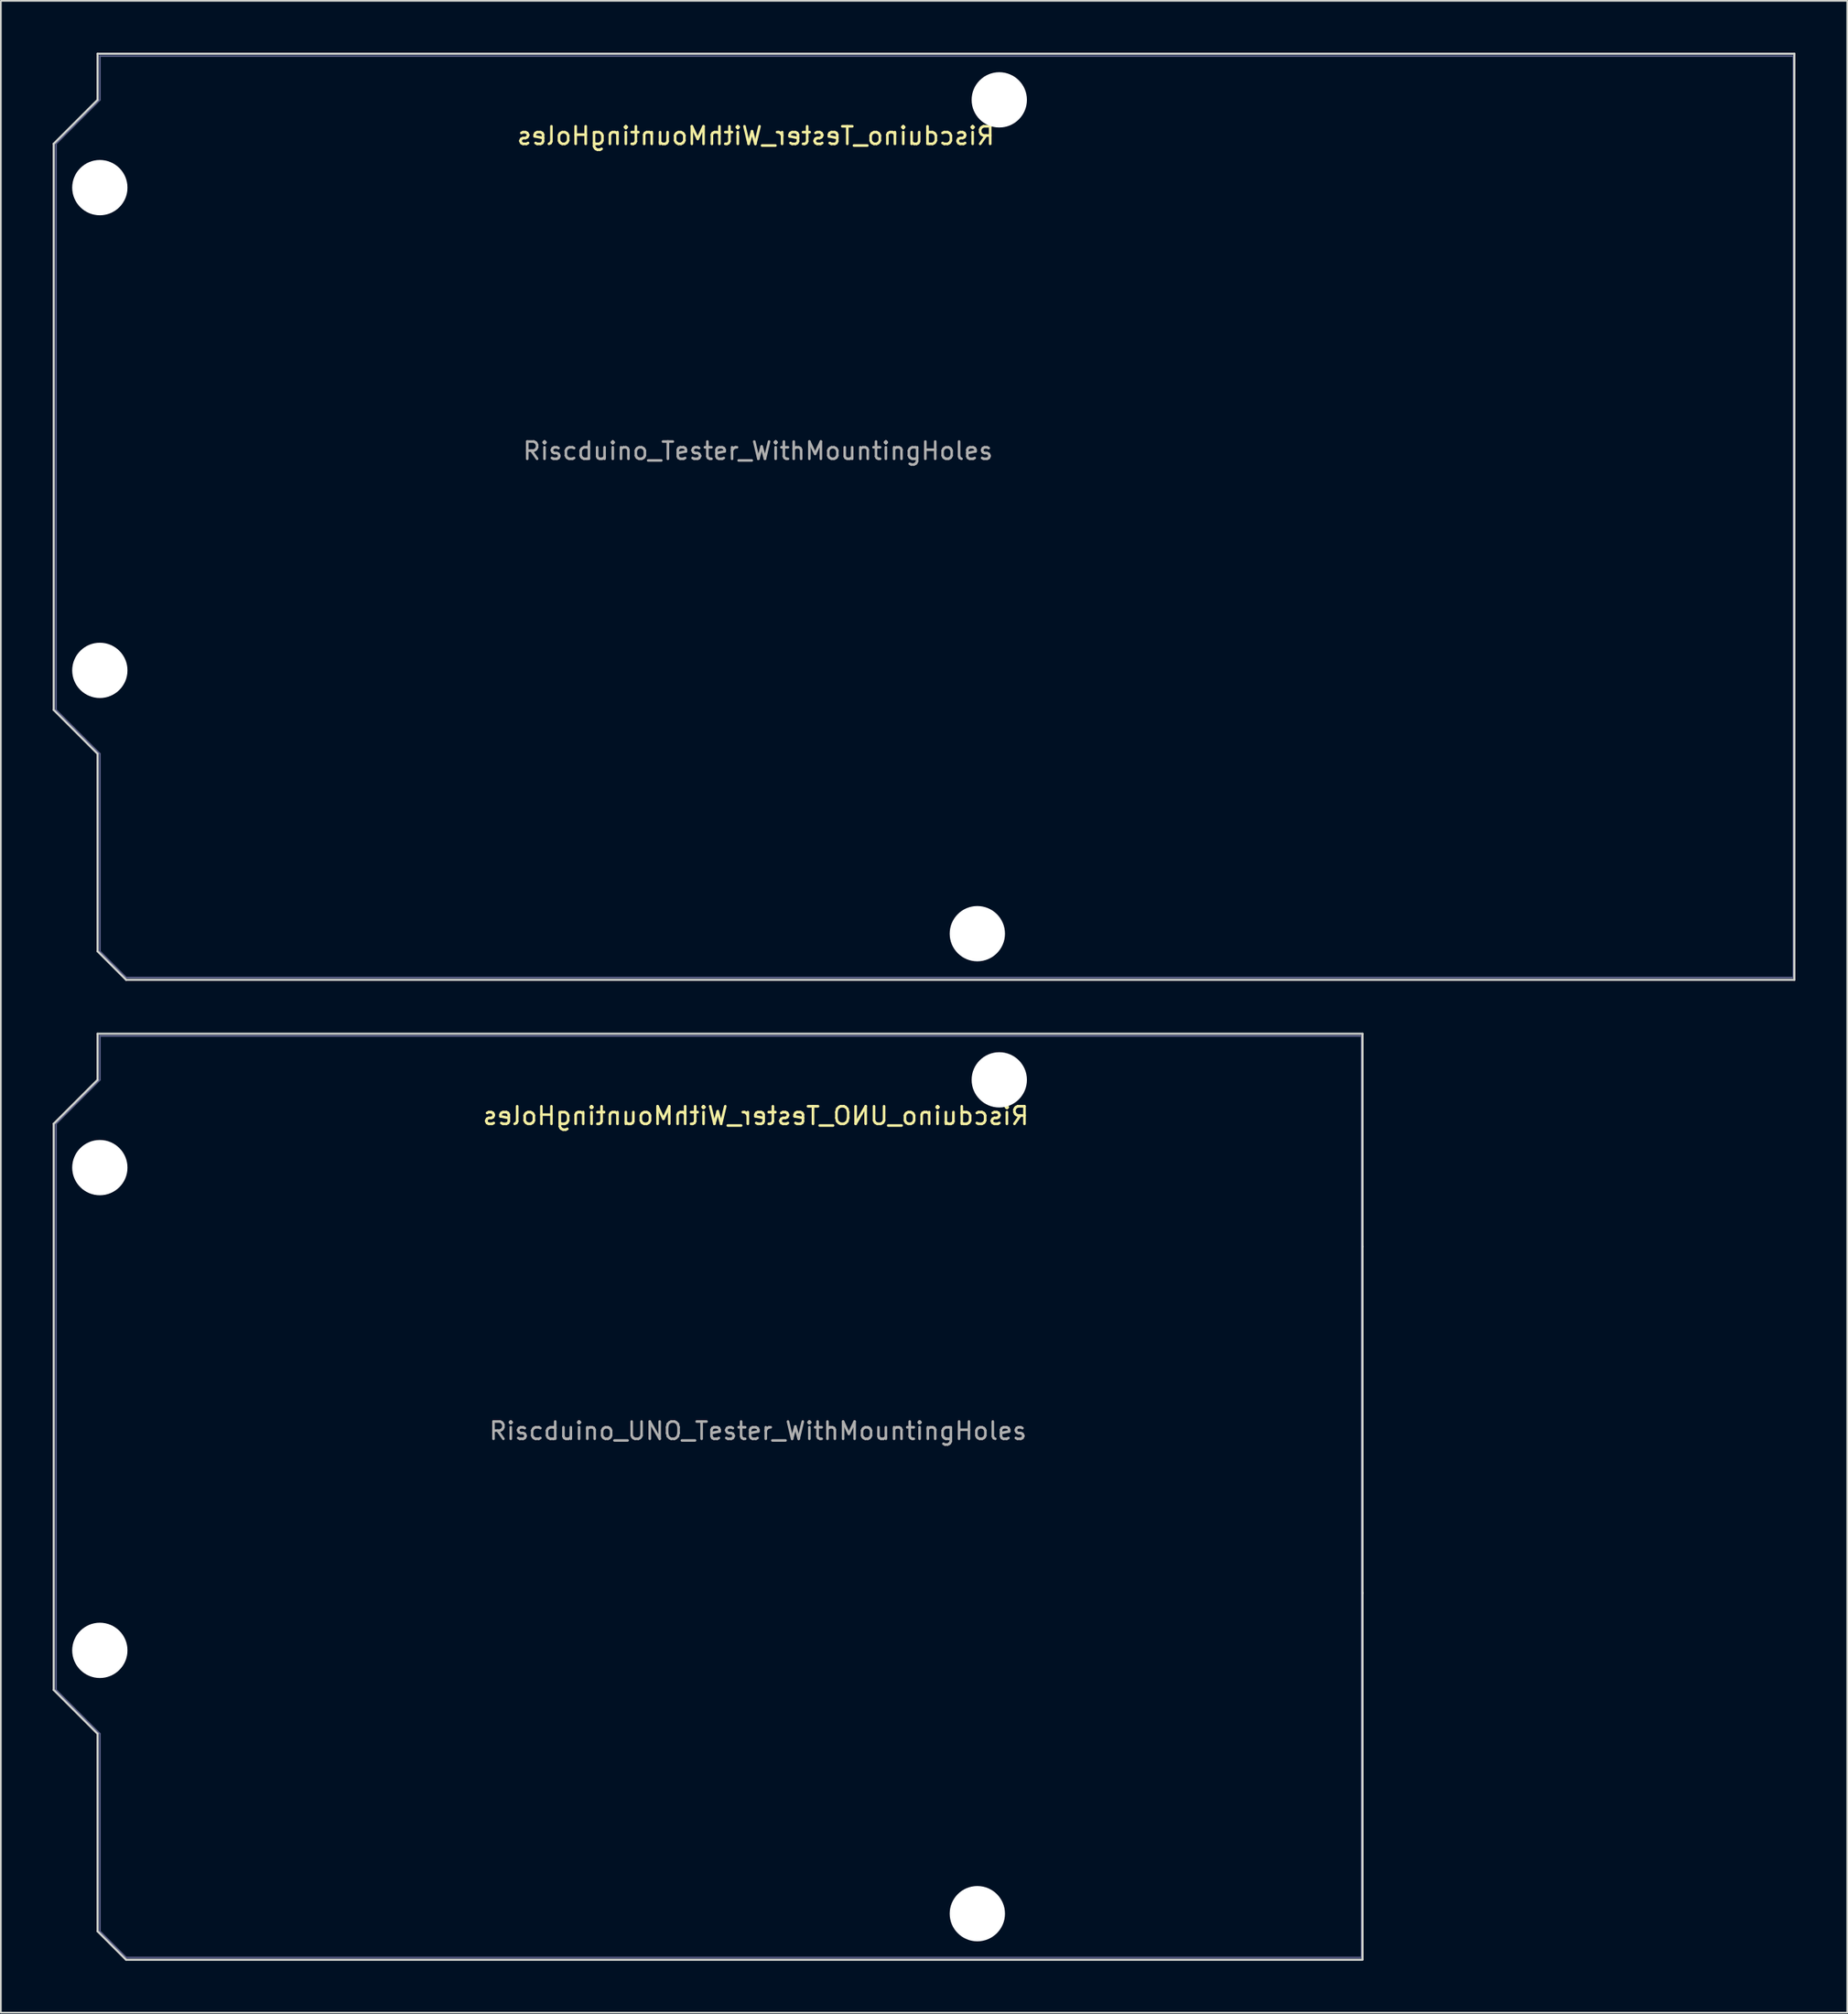
<source format=kicad_pcb>
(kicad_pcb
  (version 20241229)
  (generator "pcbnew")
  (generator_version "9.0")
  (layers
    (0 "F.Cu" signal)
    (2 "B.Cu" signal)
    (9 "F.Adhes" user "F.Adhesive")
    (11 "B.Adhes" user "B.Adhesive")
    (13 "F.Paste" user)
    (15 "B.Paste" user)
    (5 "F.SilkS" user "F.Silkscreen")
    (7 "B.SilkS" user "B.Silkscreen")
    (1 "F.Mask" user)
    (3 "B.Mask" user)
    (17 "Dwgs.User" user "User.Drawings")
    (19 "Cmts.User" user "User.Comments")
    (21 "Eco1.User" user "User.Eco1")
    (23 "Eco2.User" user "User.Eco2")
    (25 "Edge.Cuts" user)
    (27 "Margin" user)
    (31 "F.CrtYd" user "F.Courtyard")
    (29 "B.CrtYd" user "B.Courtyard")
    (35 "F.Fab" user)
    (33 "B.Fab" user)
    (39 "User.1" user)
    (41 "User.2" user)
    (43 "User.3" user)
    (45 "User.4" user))
  (footprint "Riscduino_Tester_WithMountingHoles"
    (layer "F.Cu")
    (at 40.83 2.73)
    (property "Reference" "Riscduino_Tester_WithMountingHoles" (at -0.127 2.083 0) (unlocked yes) (layer "F.SilkS") (effects (font (size 1.016 1.016) (thickness 0.152)) (justify mirror)))
    (attr through_hole)
    (fp_line (start -40.77 2.54) (end -38.23 0) (stroke (width 0.12) (type solid)) (layer "Edge.Cuts"))
    (fp_line (start -40.77 35.31) (end -40.77 2.54) (stroke (width 0.12) (type solid)) (layer "Edge.Cuts"))
    (fp_line (start -38.23 -2.67) (end 60 -2.67) (stroke (width 0.12) (type solid)) (layer "Edge.Cuts"))
    (fp_line (start -38.23 0) (end -38.23 -2.67) (stroke (width 0.12) (type solid)) (layer "Edge.Cuts"))
    (fp_line (start -38.23 37.85) (end -40.77 35.31) (stroke (width 0.12) (type solid)) (layer "Edge.Cuts"))
    (fp_line (start -38.23 49.28) (end -38.23 37.85) (stroke (width 0.12) (type solid)) (layer "Edge.Cuts"))
    (fp_line (start -36.58 50.93) (end -38.23 49.28) (stroke (width 0.12) (type solid)) (layer "Edge.Cuts"))
    (fp_line (start 60 -2.67) (end 60 50.93) (stroke (width 0.12) (type solid)) (layer "Edge.Cuts"))
    (fp_line (start 60 50.93) (end -36.58 50.93) (stroke (width 0.12) (type solid)) (layer "Edge.Cuts"))
    (fp_line (start -40.64 2.54) (end -40.64 35.31) (stroke (width 0.1) (type solid)) (layer "B.Fab"))
    (fp_line (start -40.64 35.31) (end -38.1 37.85) (stroke (width 0.1) (type solid)) (layer "B.Fab"))
    (fp_line (start -38.1 -2.54) (end -38.1 0) (stroke (width 0.1) (type solid)) (layer "B.Fab"))
    (fp_line (start -38.1 0) (end -40.64 2.54) (stroke (width 0.1) (type solid)) (layer "B.Fab"))
    (fp_line (start -38.1 37.85) (end -38.1 49.28) (stroke (width 0.1) (type solid)) (layer "B.Fab"))
    (fp_line (start -38.1 49.28) (end -36.58 50.8) (stroke (width 0.1) (type solid)) (layer "B.Fab"))
    (fp_line (start -36.58 50.8) (end 59.94 50.8) (stroke (width 0.1) (type solid)) (layer "B.Fab"))
    (fp_line (start 59.94 -2.54) (end -38.1 -2.54) (stroke (width 0.1) (type solid)) (layer "B.Fab"))
    (fp_line (start 59.94 50.8) (end 59.94 -2.54) (stroke (width 0.1) (type solid)) (layer "B.Fab"))
    (fp_text user "${REFERENCE}" (at 0 20.32 0) (layer "F.Fab") (effects (font (size 1 1) (thickness 0.15))))
    (pad "" np_thru_hole circle (at -38.1 5.08 270) (size 3.2 3.2) (drill 3.2) (layers "*.Cu" "*.Mask"))
    (pad "" np_thru_hole circle (at -38.1 33.02 270) (size 3.2 3.2) (drill 3.2) (layers "*.Cu" "*.Mask"))
    (pad "" np_thru_hole circle (at 12.7 48.26 270) (size 3.2 3.2) (drill 3.2) (layers "*.Cu" "*.Mask"))
    (pad "" np_thru_hole circle (at 13.97 0 270) (size 3.2 3.2) (drill 3.2) (layers "*.Cu" "*.Mask")))
  (footprint "Riscduino_UNO_Tester_WithMountingHoles"
    (layer "F.Cu")
    (at 40.83 59.45)
    (property "Reference" "Riscduino_UNO_Tester_WithMountingHoles" (at -0.127 2.083 0) (unlocked yes) (layer "F.SilkS") (effects (font (size 1.016 1.016) (thickness 0.152)) (justify mirror)))
    (attr through_hole)
    (fp_line (start -40.77 2.54) (end -38.23 0) (stroke (width 0.12) (type solid)) (layer "Edge.Cuts"))
    (fp_line (start -40.77 35.31) (end -40.77 2.54) (stroke (width 0.12) (type solid)) (layer "Edge.Cuts"))
    (fp_line (start -38.23 -2.67) (end 35 -2.67) (stroke (width 0.12) (type solid)) (layer "Edge.Cuts"))
    (fp_line (start -38.23 0) (end -38.23 -2.67) (stroke (width 0.12) (type solid)) (layer "Edge.Cuts"))
    (fp_line (start -38.23 37.85) (end -40.77 35.31) (stroke (width 0.12) (type solid)) (layer "Edge.Cuts"))
    (fp_line (start -38.23 49.28) (end -38.23 37.85) (stroke (width 0.12) (type solid)) (layer "Edge.Cuts"))
    (fp_line (start -36.58 50.93) (end -38.23 49.28) (stroke (width 0.12) (type solid)) (layer "Edge.Cuts"))
    (fp_line (start 35 -2.67) (end 35 9.65) (stroke (width 0.12) (type solid)) (layer "Edge.Cuts"))
    (fp_line (start 35 9.65) (end 35 29.72) (stroke (width 0.12) (type solid)) (layer "Edge.Cuts"))
    (fp_line (start 35 50.93) (end -36.58 50.93) (stroke (width 0.12) (type solid)) (layer "Edge.Cuts"))
    (fp_line (start 35.001 29.679) (end 35.001 50.889) (stroke (width 0.12) (type solid)) (layer "Edge.Cuts"))
    (fp_line (start -40.64 2.54) (end -40.64 35.31) (stroke (width 0.1) (type solid)) (layer "B.Fab"))
    (fp_line (start -40.64 35.31) (end -38.1 37.85) (stroke (width 0.1) (type solid)) (layer "B.Fab"))
    (fp_line (start -38.1 -2.54) (end -38.1 0) (stroke (width 0.1) (type solid)) (layer "B.Fab"))
    (fp_line (start -38.1 0) (end -40.64 2.54) (stroke (width 0.1) (type solid)) (layer "B.Fab"))
    (fp_line (start -38.1 37.85) (end -38.1 49.28) (stroke (width 0.1) (type solid)) (layer "B.Fab"))
    (fp_line (start -38.1 49.28) (end -36.58 50.8) (stroke (width 0.1) (type solid)) (layer "B.Fab"))
    (fp_line (start -36.58 50.8) (end 34.94 50.8) (stroke (width 0.1) (type solid)) (layer "B.Fab"))
    (fp_line (start 34.94 -2.54) (end -38.1 -2.54) (stroke (width 0.1) (type solid)) (layer "B.Fab"))
    (fp_line (start 34.94 50.8) (end 34.94 -2.54) (stroke (width 0.1) (type solid)) (layer "B.Fab"))
    (fp_text user "${REFERENCE}" (at 0 20.32 0) (layer "F.Fab") (effects (font (size 1 1) (thickness 0.15))))
    (pad "" np_thru_hole circle (at -38.1 5.08 270) (size 3.2 3.2) (drill 3.2) (layers "*.Cu" "*.Mask"))
    (pad "" np_thru_hole circle (at -38.1 33.02 270) (size 3.2 3.2) (drill 3.2) (layers "*.Cu" "*.Mask"))
    (pad "" np_thru_hole circle (at 12.7 48.26 270) (size 3.2 3.2) (drill 3.2) (layers "*.Cu" "*.Mask"))
    (pad "" np_thru_hole circle (at 13.97 0 270) (size 3.2 3.2) (drill 3.2) (layers "*.Cu" "*.Mask")))
  (gr_rect
    (start -3 -3)
    (end 103.89 113.44)
    (stroke (width 0.1) (type default))
    (fill no)
    (layer "Edge.Cuts")))
</source>
